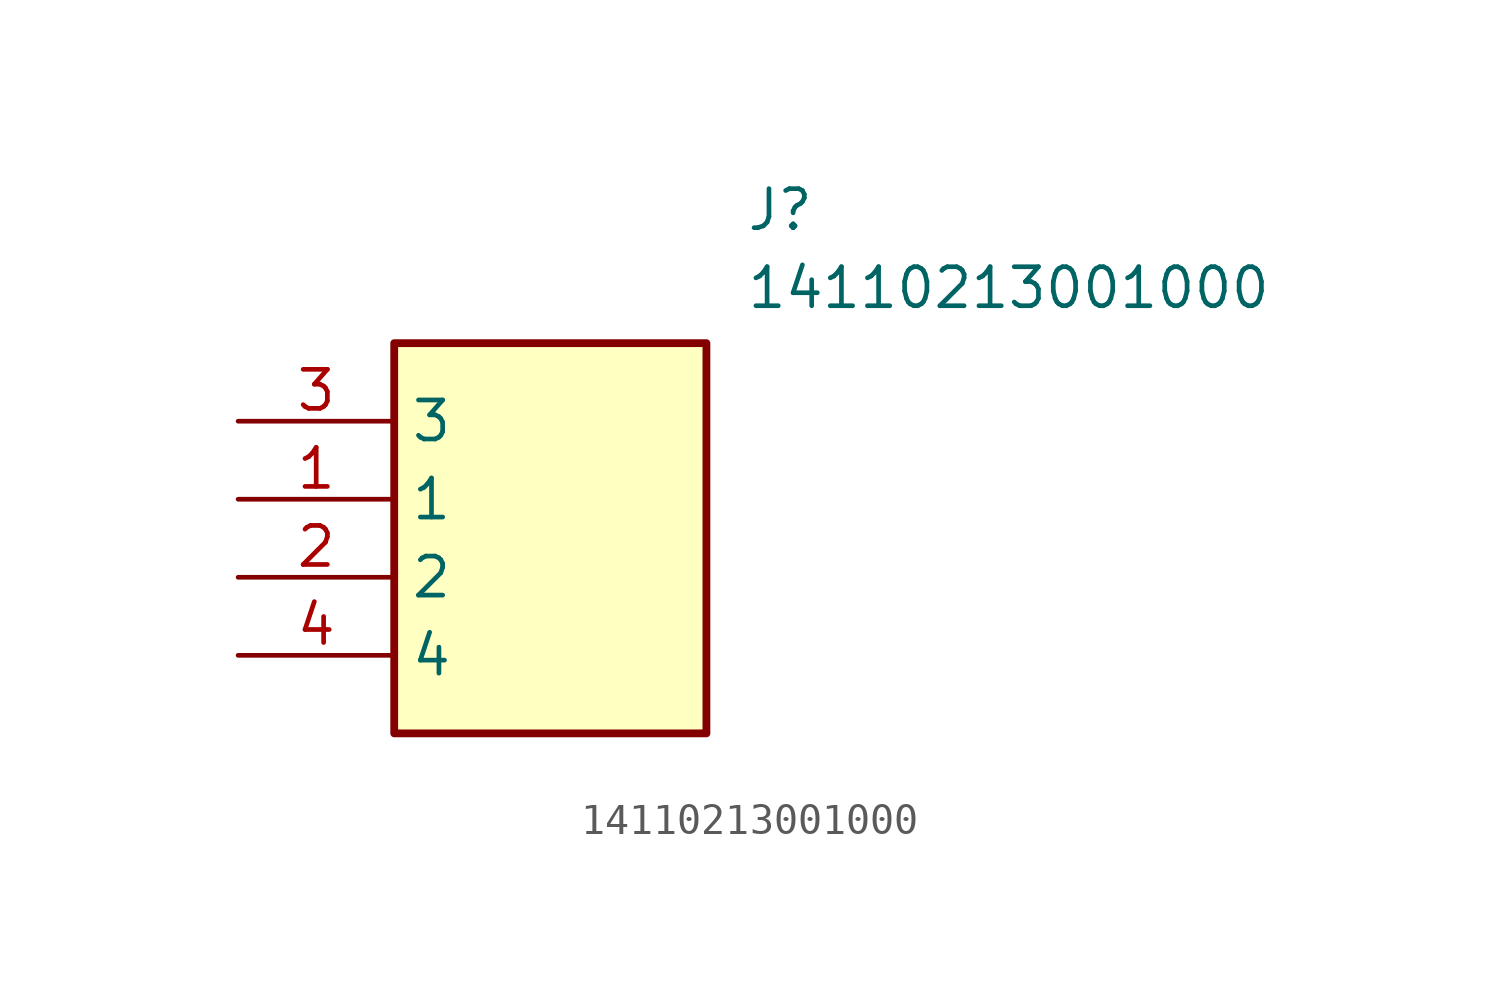
<source format=kicad_sym>
(kicad_symbol_lib
  (version 20211014)
  (generator SamacSys_ECAD_Model)
  (symbol "14110213001000"
    (property "Reference" "J"
      (at 16.51 7.62 0)
      (effects (font (size 1.27 1.27)) (justify left top)))
    (property "Value" "14110213001000"
      (at 16.51 5.08 0)
      (effects (font (size 1.27 1.27)) (justify left top)))
    (rectangle
      (start 5.08 2.54)
      (end 15.24 -10.16)
      (stroke (width 0.254) (type default))
      (fill (type background)))
    (pin passive line
      (at 0 -2.54 0)
      (length 5.08)
      (name "1" (effects (font (size 1.27 1.27))))
      (number "1" (effects (font (size 1.27 1.27)))))
    (pin passive line
      (at 0 -5.08 0)
      (length 5.08)
      (name "2" (effects (font (size 1.27 1.27))))
      (number "2" (effects (font (size 1.27 1.27)))))
    (pin passive line
      (at 0 0 0)
      (length 5.08)
      (name "3" (effects (font (size 1.27 1.27))))
      (number "3" (effects (font (size 1.27 1.27)))))
    (pin passive line
      (at 0 -7.62 0)
      (length 5.08)
      (name "4" (effects (font (size 1.27 1.27))))
      (number "4" (effects (font (size 1.27 1.27)))))))
</source>
